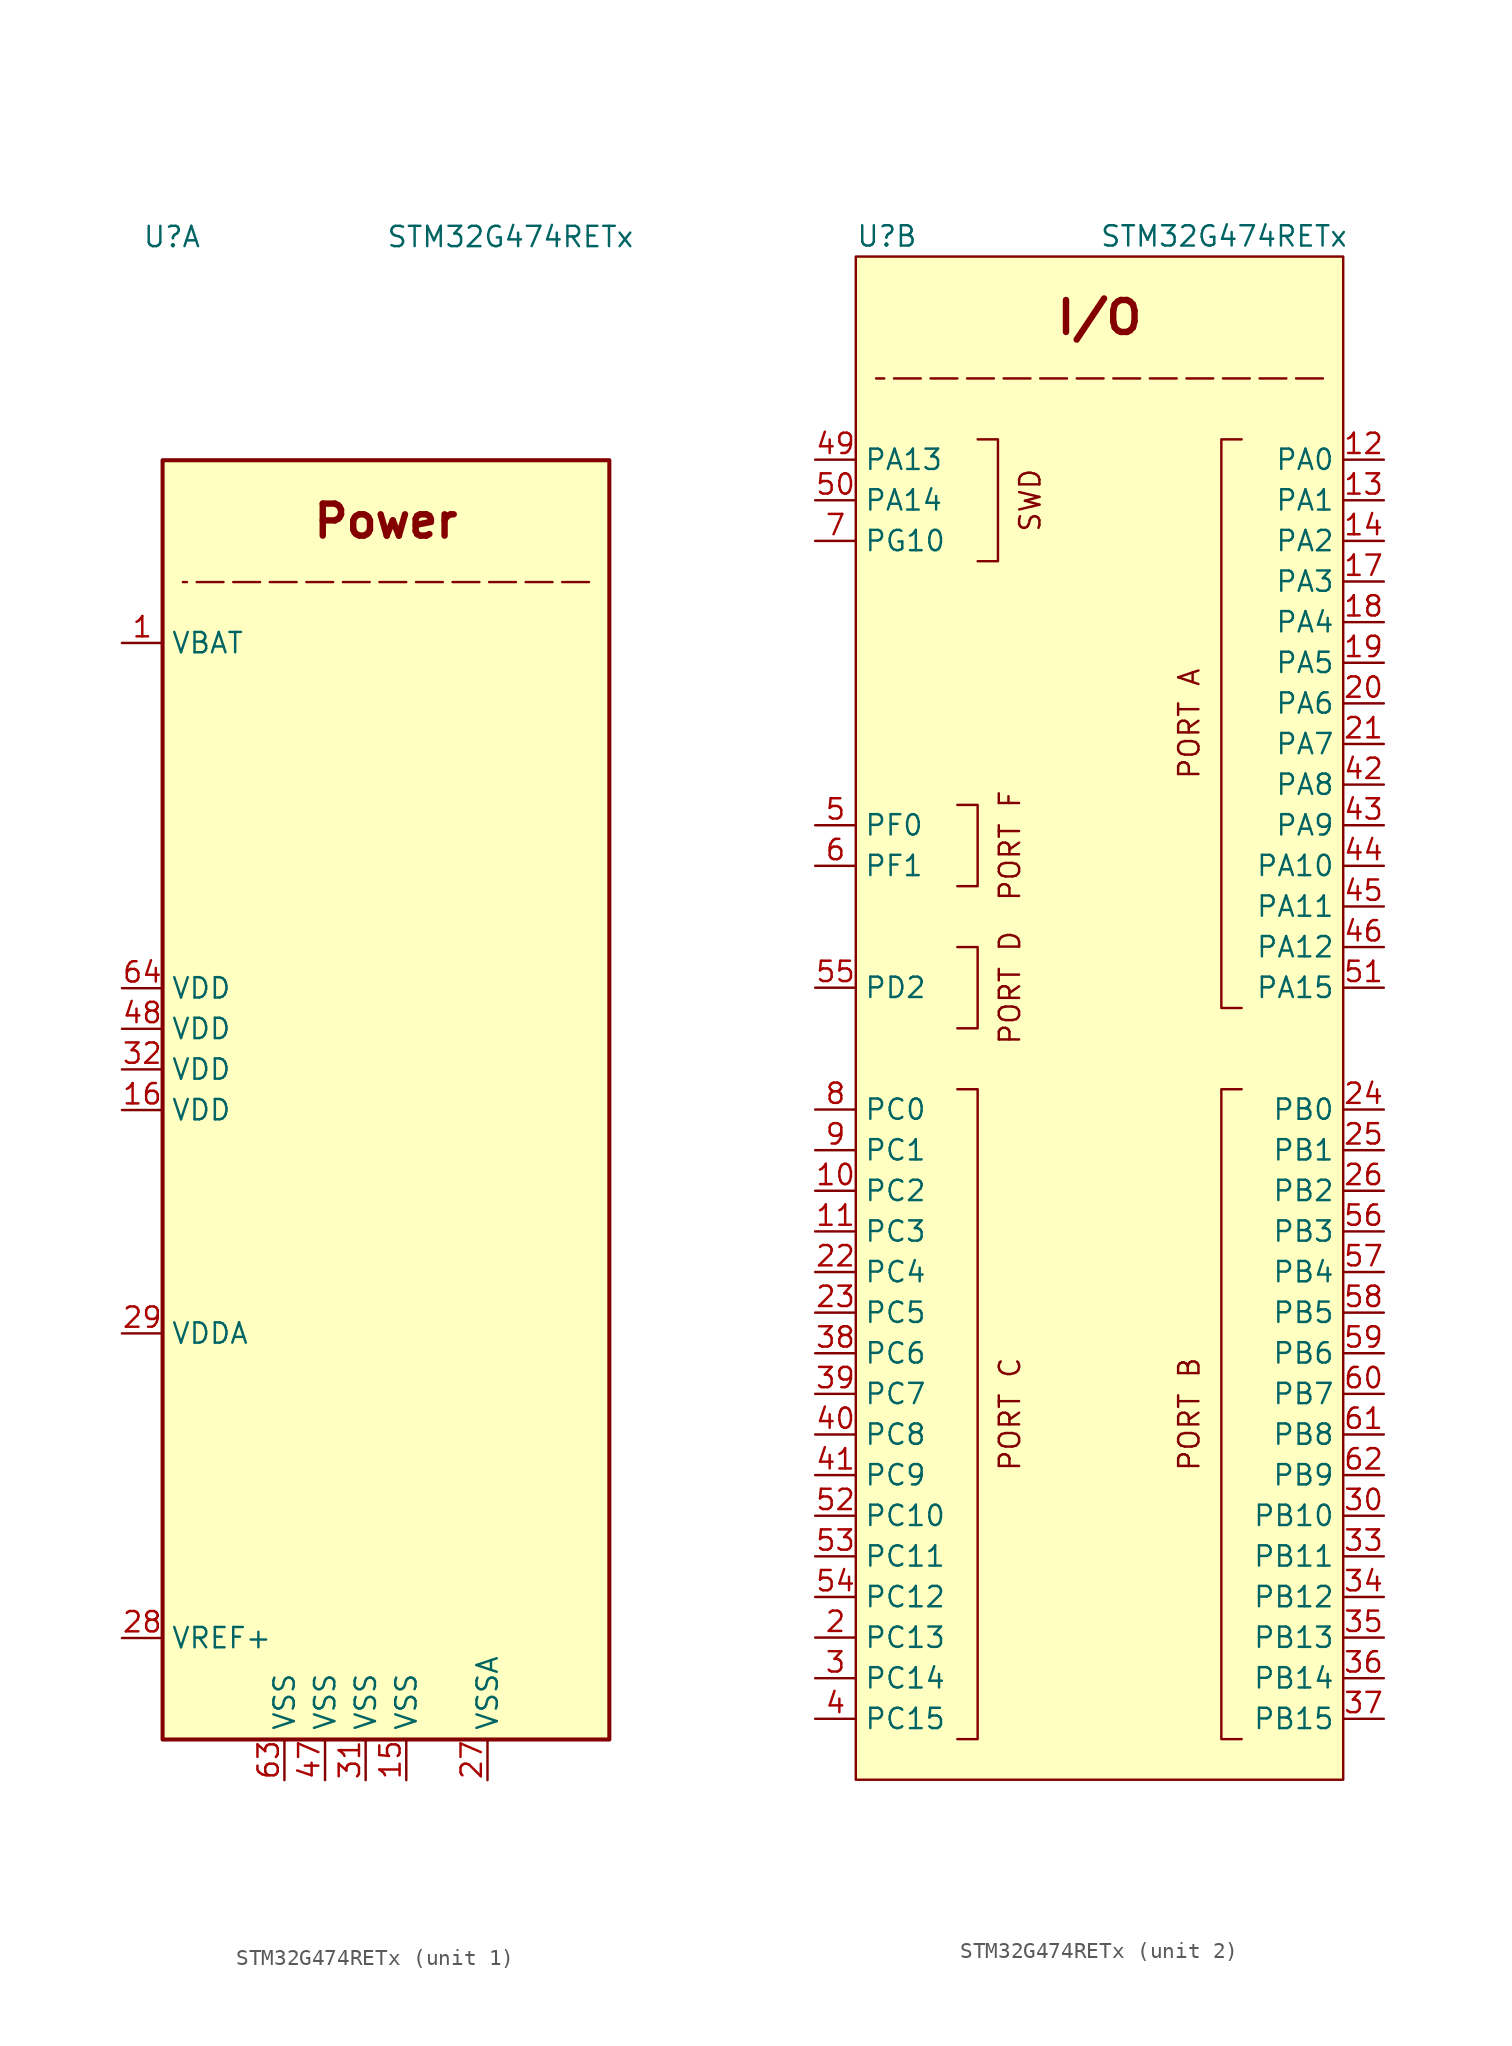
<source format=kicad_sym>
(kicad_symbol_lib
  (version 20220914)
  (generator kicad_symbol_editor)
  (symbol "STM32G474RETx"
    (property "Reference" "U"
      (at -15.24 46.99 0)
      (effects (font (size 1.27 1.27)) (justify left)))
    (property "Value" "STM32G474RETx"
      (at 0 46.99 0)
      (effects (font (size 1.27 1.27)) (justify left)))
    (property "ki_locked" ""
      (at 0 0 0)
      (effects (font (size 1.27 1.27))))
    (symbol "STM32G474RETx_1_1"
      (rectangle (start -13.97 33.02) (end 13.97 -46.99) (stroke (width 0.254) (type default)) (fill (type background)))
      (polyline (pts (xy 12.7 25.4) (xy -12.7 25.4)) (stroke (width 0) (type dash)) (fill (type none)))
      (text "Power" (at 0 29.21 0) (effects (font (size 2 2) bold)))
      (pin power_in line (at -16.51 21.59 0) (length 2.54) (name "VBAT" (effects (font (size 1.27 1.27)))) (number "1" (effects (font (size 1.27 1.27)))))
      (pin power_in line (at 1.27 -49.53 90) (length 2.54) (name "VSS" (effects (font (size 1.27 1.27)))) (number "15" (effects (font (size 1.27 1.27)))))
      (pin power_in line (at -16.51 -7.62 0) (length 2.54) (name "VDD" (effects (font (size 1.27 1.27)))) (number "16" (effects (font (size 1.27 1.27)))))
      (pin power_in line (at 6.35 -49.53 90) (length 2.54) (name "VSSA" (effects (font (size 1.27 1.27)))) (number "27" (effects (font (size 1.27 1.27)))))
      (pin input line (at -16.51 -40.64 0) (length 2.54) (name "VREF+" (effects (font (size 1.27 1.27)))) (number "28" (effects (font (size 1.27 1.27)))) (alternate "VREFBUF_OUT" bidirectional line))
      (pin power_in line (at -16.51 -21.59 0) (length 2.54) (name "VDDA" (effects (font (size 1.27 1.27)))) (number "29" (effects (font (size 1.27 1.27)))))
      (pin power_in line (at -1.27 -49.53 90) (length 2.54) (name "VSS" (effects (font (size 1.27 1.27)))) (number "31" (effects (font (size 1.27 1.27)))))
      (pin power_in line (at -16.51 -5.08 0) (length 2.54) (name "VDD" (effects (font (size 1.27 1.27)))) (number "32" (effects (font (size 1.27 1.27)))))
      (pin power_in line (at -3.81 -49.53 90) (length 2.54) (name "VSS" (effects (font (size 1.27 1.27)))) (number "47" (effects (font (size 1.27 1.27)))))
      (pin power_in line (at -16.51 -2.54 0) (length 2.54) (name "VDD" (effects (font (size 1.27 1.27)))) (number "48" (effects (font (size 1.27 1.27)))))
      (pin power_in line (at -6.35 -49.53 90) (length 2.54) (name "VSS" (effects (font (size 1.27 1.27)))) (number "63" (effects (font (size 1.27 1.27)))))
      (pin power_in line (at -16.51 0 0) (length 2.54) (name "VDD" (effects (font (size 1.27 1.27)))) (number "64" (effects (font (size 1.27 1.27))))))
    (symbol "STM32G474RETx_2_1"
      (rectangle (start -15.24 45.72) (end 15.24 -49.53) (stroke (width 0) (type default)) (fill (type background)))
      (polyline (pts (xy 13.97 38.1) (xy -13.97 38.1)) (stroke (width 0) (type dash)) (fill (type none)))
      (polyline (pts (xy -8.89 -6.35) (xy -7.62 -6.35) (xy -7.62 -46.99) (xy -8.89 -46.99)) (stroke (width 0) (type default)) (fill (type none)))
      (polyline (pts (xy -8.89 2.54) (xy -7.62 2.54) (xy -7.62 -2.54) (xy -8.89 -2.54)) (stroke (width 0) (type default)) (fill (type none)))
      (polyline (pts (xy -8.89 11.43) (xy -7.62 11.43) (xy -7.62 6.35) (xy -8.89 6.35)) (stroke (width 0) (type default)) (fill (type none)))
      (polyline (pts (xy -7.62 26.67) (xy -6.35 26.67) (xy -6.35 34.29) (xy -7.62 34.29)) (stroke (width 0) (type default)) (fill (type none)))
      (polyline (pts (xy 8.89 -6.35) (xy 7.62 -6.35) (xy 7.62 -46.99) (xy 8.89 -46.99)) (stroke (width 0) (type default)) (fill (type none)))
      (polyline (pts (xy 8.89 -1.27) (xy 7.62 -1.27) (xy 7.62 34.29) (xy 8.89 34.29)) (stroke (width 0) (type default)) (fill (type none)))
      (text "I/O" (at 0 41.91 0) (effects (font (size 2 2) bold)))
      (text "PORT A" (at 6.35 16.51 900) (effects (font (size 1.27 1.27)) (justify bottom)))
      (text "PORT B" (at 6.35 -26.67 900) (effects (font (size 1.27 1.27)) (justify bottom)))
      (text "PORT C" (at -6.35 -26.67 900) (effects (font (size 1.27 1.27)) (justify top)))
      (text "PORT D" (at -6.35 0 900) (effects (font (size 1.27 1.27)) (justify top)))
      (text "PORT F" (at -6.35 8.89 900) (effects (font (size 1.27 1.27)) (justify top)))
      (text "SWD" (at -5.08 30.48 900) (effects (font (size 1.27 1.27)) (justify top)))
      (pin bidirectional line (at -17.78 -12.7 0) (length 2.54) (name "PC2" (effects (font (size 1.27 1.27)))) (number "10" (effects (font (size 1.27 1.27)))) (alternate "ADC2_IN5" bidirectional line) (alternate "I2C2_SCL" bidirectional line) (alternate "QUADSPI1_BK2_IO3" bidirectional line) (alternate "TIM1_ETR" bidirectional line) (alternate "USART1_TX" bidirectional line))
      (pin bidirectional line (at -17.78 -15.24 0) (length 2.54) (name "PC3" (effects (font (size 1.27 1.27)))) (number "11" (effects (font (size 1.27 1.27)))) (alternate "ADC2_IN5" bidirectional line) (alternate "I2C2_SCL" bidirectional line) (alternate "QUADSPI1_BK2_IO3" bidirectional line) (alternate "TIM1_ETR" bidirectional line) (alternate "USART1_TX" bidirectional line))
      (pin bidirectional line (at 17.78 33.02 180) (length 2.54) (name "PA0" (effects (font (size 1.27 1.27)))) (number "12" (effects (font (size 1.27 1.27)))) (alternate "ADC1_IN1" bidirectional line) (alternate "ADC2_IN1" bidirectional line) (alternate "COMP1_INM" bidirectional line) (alternate "COMP1_OUT" bidirectional line) (alternate "COMP3_INP" bidirectional line) (alternate "RTC_TAMP2" bidirectional line) (alternate "SYS_WKUP1" bidirectional line) (alternate "TIM2_CH1" bidirectional line) (alternate "TIM2_ETR" bidirectional line) (alternate "TIM5_CH1" bidirectional line) (alternate "TIM8_BKIN" bidirectional line) (alternate "TIM8_ETR" bidirectional line) (alternate "USART2_CTS" bidirectional line) (alternate "USART2_NSS" bidirectional line))
      (pin bidirectional line (at 17.78 30.48 180) (length 2.54) (name "PA1" (effects (font (size 1.27 1.27)))) (number "13" (effects (font (size 1.27 1.27)))) (alternate "ADC1_IN2" bidirectional line) (alternate "ADC2_IN2" bidirectional line) (alternate "COMP1_INP" bidirectional line) (alternate "OPAMP1_VINP" bidirectional line) (alternate "OPAMP1_VINP_SEC" bidirectional line) (alternate "OPAMP3_VINP" bidirectional line) (alternate "OPAMP3_VINP_SEC" bidirectional line) (alternate "OPAMP6_VINM" bidirectional line) (alternate "OPAMP6_VINM0" bidirectional line) (alternate "OPAMP6_VINM_SEC" bidirectional line) (alternate "RTC_REFIN" bidirectional line) (alternate "TIM15_CH1N" bidirectional line) (alternate "TIM2_CH2" bidirectional line) (alternate "TIM5_CH2" bidirectional line) (alternate "USART2_DE" bidirectional line) (alternate "USART2_RTS" bidirectional line))
      (pin bidirectional line (at 17.78 27.94 180) (length 2.54) (name "PA2" (effects (font (size 1.27 1.27)))) (number "14" (effects (font (size 1.27 1.27)))) (alternate "ADC1_IN3" bidirectional line) (alternate "ADC3_EXTI2" bidirectional line) (alternate "ADC4_EXTI2" bidirectional line) (alternate "ADC5_EXTI2" bidirectional line) (alternate "COMP2_INM" bidirectional line) (alternate "COMP2_OUT" bidirectional line) (alternate "LPUART1_TX" bidirectional line) (alternate "OPAMP1_VOUT" bidirectional line) (alternate "QUADSPI1_BK1_NCS" bidirectional line) (alternate "RCC_LSCO" bidirectional line) (alternate "SYS_WKUP4" bidirectional line) (alternate "TIM15_CH1" bidirectional line) (alternate "TIM2_CH3" bidirectional line) (alternate "TIM5_CH3" bidirectional line) (alternate "UCPD1_FRSTX1" bidirectional line) (alternate "UCPD1_FRSTX2" bidirectional line) (alternate "USART2_TX" bidirectional line))
      (pin bidirectional line (at 17.78 25.4 180) (length 2.54) (name "PA3" (effects (font (size 1.27 1.27)))) (number "17" (effects (font (size 1.27 1.27)))) (alternate "ADC1_IN4" bidirectional line) (alternate "ADC3_EXTI3" bidirectional line) (alternate "ADC4_EXTI3" bidirectional line) (alternate "ADC5_EXTI3" bidirectional line) (alternate "COMP2_INP" bidirectional line) (alternate "LPUART1_RX" bidirectional line) (alternate "OPAMP1_VINM" bidirectional line) (alternate "OPAMP1_VINM0" bidirectional line) (alternate "OPAMP1_VINM_SEC" bidirectional line) (alternate "OPAMP1_VINP" bidirectional line) (alternate "OPAMP1_VINP_SEC" bidirectional line) (alternate "OPAMP5_VINM" bidirectional line) (alternate "OPAMP5_VINM1" bidirectional line) (alternate "OPAMP5_VINM_SEC" bidirectional line) (alternate "QUADSPI1_CLK" bidirectional line) (alternate "SAI1_CK1" bidirectional line) (alternate "SAI1_MCLK_A" bidirectional line) (alternate "TIM15_CH2" bidirectional line) (alternate "TIM2_CH4" bidirectional line) (alternate "TIM5_CH4" bidirectional line) (alternate "USART2_RX" bidirectional line))
      (pin bidirectional line (at 17.78 22.86 180) (length 2.54) (name "PA4" (effects (font (size 1.27 1.27)))) (number "18" (effects (font (size 1.27 1.27)))) (alternate "ADC2_IN17" bidirectional line) (alternate "COMP1_INM" bidirectional line) (alternate "DAC1_OUT1" bidirectional line) (alternate "I2S3_WS" bidirectional line) (alternate "SAI1_FS_B" bidirectional line) (alternate "SPI1_NSS" bidirectional line) (alternate "SPI3_NSS" bidirectional line) (alternate "TIM3_CH2" bidirectional line) (alternate "USART2_CK" bidirectional line))
      (pin bidirectional line (at 17.78 20.32 180) (length 2.54) (name "PA5" (effects (font (size 1.27 1.27)))) (number "19" (effects (font (size 1.27 1.27)))) (alternate "ADC2_IN13" bidirectional line) (alternate "COMP2_INM" bidirectional line) (alternate "DAC1_OUT2" bidirectional line) (alternate "OPAMP2_VINM" bidirectional line) (alternate "OPAMP2_VINM0" bidirectional line) (alternate "OPAMP2_VINM_SEC" bidirectional line) (alternate "SPI1_SCK" bidirectional line) (alternate "TIM2_CH1" bidirectional line) (alternate "TIM2_ETR" bidirectional line) (alternate "UCPD1_FRSTX1" bidirectional line) (alternate "UCPD1_FRSTX2" bidirectional line))
      (pin bidirectional line (at -17.78 -40.64 0) (length 2.54) (name "PC13" (effects (font (size 1.27 1.27)))) (number "2" (effects (font (size 1.27 1.27)))) (alternate "RTC_OUT1" bidirectional line) (alternate "RTC_TAMP1" bidirectional line) (alternate "RTC_TS" bidirectional line) (alternate "SYS_WKUP2" bidirectional line) (alternate "TIM1_BKIN" bidirectional line) (alternate "TIM1_CH1N" bidirectional line) (alternate "TIM8_CH4N" bidirectional line))
      (pin bidirectional line (at 17.78 17.78 180) (length 2.54) (name "PA6" (effects (font (size 1.27 1.27)))) (number "20" (effects (font (size 1.27 1.27)))) (alternate "ADC2_IN3" bidirectional line) (alternate "COMP1_OUT" bidirectional line) (alternate "DAC2_OUT1" bidirectional line) (alternate "LPUART1_CTS" bidirectional line) (alternate "OPAMP2_VOUT" bidirectional line) (alternate "QUADSPI1_BK1_IO3" bidirectional line) (alternate "SPI1_MISO" bidirectional line) (alternate "TIM16_CH1" bidirectional line) (alternate "TIM1_BKIN" bidirectional line) (alternate "TIM3_CH1" bidirectional line) (alternate "TIM8_BKIN" bidirectional line))
      (pin bidirectional line (at 17.78 15.24 180) (length 2.54) (name "PA7" (effects (font (size 1.27 1.27)))) (number "21" (effects (font (size 1.27 1.27)))) (alternate "ADC2_IN4" bidirectional line) (alternate "COMP2_INP" bidirectional line) (alternate "COMP2_OUT" bidirectional line) (alternate "OPAMP1_VINP" bidirectional line) (alternate "OPAMP1_VINP_SEC" bidirectional line) (alternate "OPAMP2_VINP" bidirectional line) (alternate "OPAMP2_VINP_SEC" bidirectional line) (alternate "QUADSPI1_BK1_IO2" bidirectional line) (alternate "SPI1_MOSI" bidirectional line) (alternate "TIM17_CH1" bidirectional line) (alternate "TIM1_CH1N" bidirectional line) (alternate "TIM3_CH2" bidirectional line) (alternate "TIM8_CH1N" bidirectional line) (alternate "UCPD1_FRSTX1" bidirectional line) (alternate "UCPD1_FRSTX2" bidirectional line))
      (pin bidirectional line (at -17.78 -17.78 0) (length 2.54) (name "PC4" (effects (font (size 1.27 1.27)))) (number "22" (effects (font (size 1.27 1.27)))) (alternate "ADC2_IN5" bidirectional line) (alternate "I2C2_SCL" bidirectional line) (alternate "QUADSPI1_BK2_IO3" bidirectional line) (alternate "TIM1_ETR" bidirectional line) (alternate "USART1_TX" bidirectional line))
      (pin bidirectional line (at -17.78 -20.32 0) (length 2.54) (name "PC5" (effects (font (size 1.27 1.27)))) (number "23" (effects (font (size 1.27 1.27)))) (alternate "ADC2_IN5" bidirectional line) (alternate "I2C2_SCL" bidirectional line) (alternate "QUADSPI1_BK2_IO3" bidirectional line) (alternate "TIM1_ETR" bidirectional line) (alternate "USART1_TX" bidirectional line))
      (pin bidirectional line (at 17.78 -7.62 180) (length 2.54) (name "PB0" (effects (font (size 1.27 1.27)))) (number "24" (effects (font (size 1.27 1.27)))) (alternate "ADC1_IN15" bidirectional line) (alternate "ADC3_IN12" bidirectional line) (alternate "COMP4_INP" bidirectional line) (alternate "HRTIM1_FLT5" bidirectional line) (alternate "OPAMP2_VINP" bidirectional line) (alternate "OPAMP2_VINP_SEC" bidirectional line) (alternate "OPAMP3_VINP" bidirectional line) (alternate "OPAMP3_VINP_SEC" bidirectional line) (alternate "QUADSPI1_BK1_IO1" bidirectional line) (alternate "TIM1_CH2N" bidirectional line) (alternate "TIM3_CH3" bidirectional line) (alternate "TIM8_CH2N" bidirectional line) (alternate "UCPD1_FRSTX1" bidirectional line) (alternate "UCPD1_FRSTX2" bidirectional line))
      (pin bidirectional line (at 17.78 -10.16 180) (length 2.54) (name "PB1" (effects (font (size 1.27 1.27)))) (number "25" (effects (font (size 1.27 1.27)))) (alternate "ADC1_IN12" bidirectional line) (alternate "ADC3_IN1" bidirectional line) (alternate "COMP1_INP" bidirectional line) (alternate "COMP4_OUT" bidirectional line) (alternate "HRTIM1_SCOUT" bidirectional line) (alternate "LPUART1_DE" bidirectional line) (alternate "LPUART1_RTS" bidirectional line) (alternate "OPAMP3_VOUT" bidirectional line) (alternate "OPAMP6_VINM" bidirectional line) (alternate "OPAMP6_VINM1" bidirectional line) (alternate "OPAMP6_VINM_SEC" bidirectional line) (alternate "QUADSPI1_BK1_IO0" bidirectional line) (alternate "TIM1_CH3N" bidirectional line) (alternate "TIM3_CH4" bidirectional line) (alternate "TIM8_CH3N" bidirectional line))
      (pin bidirectional line (at 17.78 -12.7 180) (length 2.54) (name "PB2" (effects (font (size 1.27 1.27)))) (number "26" (effects (font (size 1.27 1.27)))) (alternate "ADC2_IN12" bidirectional line) (alternate "ADC3_EXTI2" bidirectional line) (alternate "ADC4_EXTI2" bidirectional line) (alternate "ADC5_EXTI2" bidirectional line) (alternate "COMP4_INM" bidirectional line) (alternate "HRTIM1_SCIN" bidirectional line) (alternate "I2C3_SMBA" bidirectional line) (alternate "LPTIM1_OUT" bidirectional line) (alternate "OPAMP3_VINM" bidirectional line) (alternate "OPAMP3_VINM0" bidirectional line) (alternate "OPAMP3_VINM_SEC" bidirectional line) (alternate "QUADSPI1_BK2_IO1" bidirectional line) (alternate "RTC_OUT2" bidirectional line) (alternate "TIM20_CH1" bidirectional line) (alternate "TIM5_CH1" bidirectional line))
      (pin bidirectional line (at -17.78 -43.18 0) (length 2.54) (name "PC14" (effects (font (size 1.27 1.27)))) (number "3" (effects (font (size 1.27 1.27)))) (alternate "RCC_OSC32_IN" bidirectional line))
      (pin bidirectional line (at 17.78 -33.02 180) (length 2.54) (name "PB10" (effects (font (size 1.27 1.27)))) (number "30" (effects (font (size 1.27 1.27)))) (alternate "COMP5_INM" bidirectional line) (alternate "DAC1_EXTI10" bidirectional line) (alternate "DAC2_EXTI10" bidirectional line) (alternate "DAC3_EXTI10" bidirectional line) (alternate "DAC4_EXTI10" bidirectional line) (alternate "HRTIM1_FLT3" bidirectional line) (alternate "LPUART1_RX" bidirectional line) (alternate "OPAMP3_VINM" bidirectional line) (alternate "OPAMP3_VINM1" bidirectional line) (alternate "OPAMP3_VINM_SEC" bidirectional line) (alternate "OPAMP4_VINM" bidirectional line) (alternate "OPAMP4_VINM0" bidirectional line) (alternate "OPAMP4_VINM_SEC" bidirectional line) (alternate "QUADSPI1_CLK" bidirectional line) (alternate "SAI1_SCK_A" bidirectional line) (alternate "TIM1_BKIN" bidirectional line) (alternate "TIM2_CH3" bidirectional line) (alternate "USART3_TX" bidirectional line))
      (pin bidirectional line (at 17.78 -35.56 180) (length 2.54) (name "PB11" (effects (font (size 1.27 1.27)))) (number "33" (effects (font (size 1.27 1.27)))) (alternate "ADC1_EXTI11" bidirectional line) (alternate "ADC1_IN14" bidirectional line) (alternate "ADC2_EXTI11" bidirectional line) (alternate "ADC2_IN14" bidirectional line) (alternate "COMP6_INP" bidirectional line) (alternate "HRTIM1_FLT4" bidirectional line) (alternate "LPUART1_TX" bidirectional line) (alternate "OPAMP4_VINP" bidirectional line) (alternate "OPAMP4_VINP_SEC" bidirectional line) (alternate "OPAMP6_VOUT" bidirectional line) (alternate "QUADSPI1_BK1_NCS" bidirectional line) (alternate "TIM2_CH4" bidirectional line) (alternate "USART3_RX" bidirectional line))
      (pin bidirectional line (at 17.78 -38.1 180) (length 2.54) (name "PB12" (effects (font (size 1.27 1.27)))) (number "34" (effects (font (size 1.27 1.27)))) (alternate "ADC1_IN11" bidirectional line) (alternate "ADC4_IN3" bidirectional line) (alternate "COMP7_INM" bidirectional line) (alternate "FDCAN2_RX" bidirectional line) (alternate "HRTIM1_CHC1" bidirectional line) (alternate "I2C2_SMBA" bidirectional line) (alternate "I2S2_WS" bidirectional line) (alternate "LPUART1_DE" bidirectional line) (alternate "LPUART1_RTS" bidirectional line) (alternate "OPAMP4_VOUT" bidirectional line) (alternate "OPAMP6_VINP" bidirectional line) (alternate "OPAMP6_VINP_SEC" bidirectional line) (alternate "SPI2_NSS" bidirectional line) (alternate "TIM1_BKIN" bidirectional line) (alternate "TIM5_ETR" bidirectional line) (alternate "USART3_CK" bidirectional line))
      (pin bidirectional line (at 17.78 -40.64 180) (length 2.54) (name "PB13" (effects (font (size 1.27 1.27)))) (number "35" (effects (font (size 1.27 1.27)))) (alternate "ADC3_IN5" bidirectional line) (alternate "COMP5_INP" bidirectional line) (alternate "FDCAN2_TX" bidirectional line) (alternate "HRTIM1_CHC2" bidirectional line) (alternate "I2S2_CK" bidirectional line) (alternate "LPUART1_CTS" bidirectional line) (alternate "OPAMP3_VINP" bidirectional line) (alternate "OPAMP3_VINP_SEC" bidirectional line) (alternate "OPAMP4_VINP" bidirectional line) (alternate "OPAMP4_VINP_SEC" bidirectional line) (alternate "OPAMP6_VINP" bidirectional line) (alternate "OPAMP6_VINP_SEC" bidirectional line) (alternate "SPI2_SCK" bidirectional line) (alternate "TIM1_CH1N" bidirectional line) (alternate "USART3_CTS" bidirectional line) (alternate "USART3_NSS" bidirectional line))
      (pin bidirectional line (at 17.78 -43.18 180) (length 2.54) (name "PB14" (effects (font (size 1.27 1.27)))) (number "36" (effects (font (size 1.27 1.27)))) (alternate "ADC1_IN5" bidirectional line) (alternate "ADC4_IN4" bidirectional line) (alternate "COMP4_OUT" bidirectional line) (alternate "COMP7_INP" bidirectional line) (alternate "HRTIM1_CHD1" bidirectional line) (alternate "OPAMP2_VINP" bidirectional line) (alternate "OPAMP2_VINP_SEC" bidirectional line) (alternate "OPAMP5_VINP" bidirectional line) (alternate "OPAMP5_VINP_SEC" bidirectional line) (alternate "SPI2_MISO" bidirectional line) (alternate "TIM15_CH1" bidirectional line) (alternate "TIM1_CH2N" bidirectional line) (alternate "USART3_DE" bidirectional line) (alternate "USART3_RTS" bidirectional line))
      (pin bidirectional line (at 17.78 -45.72 180) (length 2.54) (name "PB15" (effects (font (size 1.27 1.27)))) (number "37" (effects (font (size 1.27 1.27)))) (alternate "ADC1_EXTI15" bidirectional line) (alternate "ADC2_EXTI15" bidirectional line) (alternate "ADC2_IN15" bidirectional line) (alternate "ADC4_IN5" bidirectional line) (alternate "COMP3_OUT" bidirectional line) (alternate "COMP6_INM" bidirectional line) (alternate "HRTIM1_CHD2" bidirectional line) (alternate "I2S2_SD" bidirectional line) (alternate "OPAMP5_VINM" bidirectional line) (alternate "OPAMP5_VINM0" bidirectional line) (alternate "OPAMP5_VINM_SEC" bidirectional line) (alternate "RTC_REFIN" bidirectional line) (alternate "SPI2_MOSI" bidirectional line) (alternate "TIM15_CH1N" bidirectional line) (alternate "TIM15_CH2" bidirectional line) (alternate "TIM1_CH3N" bidirectional line))
      (pin bidirectional line (at -17.78 -22.86 0) (length 2.54) (name "PC6" (effects (font (size 1.27 1.27)))) (number "38" (effects (font (size 1.27 1.27)))) (alternate "COMP6_OUT" bidirectional line) (alternate "HRTIM1_CHF1" bidirectional line) (alternate "HRTIM1_EEV10" bidirectional line) (alternate "I2C4_SCL" bidirectional line) (alternate "I2S2_MCK" bidirectional line) (alternate "TIM3_CH1" bidirectional line) (alternate "TIM8_CH1" bidirectional line))
      (pin bidirectional line (at -17.78 -25.4 0) (length 2.54) (name "PC7" (effects (font (size 1.27 1.27)))) (number "39" (effects (font (size 1.27 1.27)))) (alternate "COMP6_OUT" bidirectional line) (alternate "HRTIM1_CHF1" bidirectional line) (alternate "HRTIM1_EEV10" bidirectional line) (alternate "I2C4_SCL" bidirectional line) (alternate "I2S2_MCK" bidirectional line) (alternate "TIM3_CH1" bidirectional line) (alternate "TIM8_CH1" bidirectional line))
      (pin bidirectional line (at -17.78 -45.72 0) (length 2.54) (name "PC15" (effects (font (size 1.27 1.27)))) (number "4" (effects (font (size 1.27 1.27)))) (alternate "ADC1_EXTI15" bidirectional line) (alternate "ADC2_EXTI15" bidirectional line) (alternate "RCC_OSC32_OUT" bidirectional line))
      (pin bidirectional line (at -17.78 -27.94 0) (length 2.54) (name "PC8" (effects (font (size 1.27 1.27)))) (number "40" (effects (font (size 1.27 1.27)))) (alternate "COMP6_OUT" bidirectional line) (alternate "HRTIM1_CHF1" bidirectional line) (alternate "HRTIM1_EEV10" bidirectional line) (alternate "I2C4_SCL" bidirectional line) (alternate "I2S2_MCK" bidirectional line) (alternate "TIM3_CH1" bidirectional line) (alternate "TIM8_CH1" bidirectional line))
      (pin bidirectional line (at -17.78 -30.48 0) (length 2.54) (name "PC9" (effects (font (size 1.27 1.27)))) (number "41" (effects (font (size 1.27 1.27)))) (alternate "COMP6_OUT" bidirectional line) (alternate "HRTIM1_CHF1" bidirectional line) (alternate "HRTIM1_EEV10" bidirectional line) (alternate "I2C4_SCL" bidirectional line) (alternate "I2S2_MCK" bidirectional line) (alternate "TIM3_CH1" bidirectional line) (alternate "TIM8_CH1" bidirectional line))
      (pin bidirectional line (at 17.78 12.7 180) (length 2.54) (name "PA8" (effects (font (size 1.27 1.27)))) (number "42" (effects (font (size 1.27 1.27)))) (alternate "ADC5_IN1" bidirectional line) (alternate "COMP7_OUT" bidirectional line) (alternate "FDCAN3_RX" bidirectional line) (alternate "HRTIM1_CHA1" bidirectional line) (alternate "I2C2_SDA" bidirectional line) (alternate "I2C3_SCL" bidirectional line) (alternate "I2S2_MCK" bidirectional line) (alternate "OPAMP5_VOUT" bidirectional line) (alternate "RCC_MCO" bidirectional line) (alternate "SAI1_CK2" bidirectional line) (alternate "SAI1_SCK_A" bidirectional line) (alternate "TIM1_CH1" bidirectional line) (alternate "TIM4_ETR" bidirectional line) (alternate "USART1_CK" bidirectional line))
      (pin bidirectional line (at 17.78 10.16 180) (length 2.54) (name "PA9" (effects (font (size 1.27 1.27)))) (number "43" (effects (font (size 1.27 1.27)))) (alternate "ADC5_IN2" bidirectional line) (alternate "COMP5_OUT" bidirectional line) (alternate "DAC1_EXTI9" bidirectional line) (alternate "DAC2_EXTI9" bidirectional line) (alternate "DAC3_EXTI9" bidirectional line) (alternate "DAC4_EXTI9" bidirectional line) (alternate "HRTIM1_CHA2" bidirectional line) (alternate "I2C2_SCL" bidirectional line) (alternate "I2C3_SMBA" bidirectional line) (alternate "I2S3_MCK" bidirectional line) (alternate "SAI1_FS_A" bidirectional line) (alternate "TIM15_BKIN" bidirectional line) (alternate "TIM1_CH2" bidirectional line) (alternate "TIM2_CH3" bidirectional line) (alternate "UCPD1_DBCC1" bidirectional line) (alternate "USART1_TX" bidirectional line))
      (pin bidirectional line (at 17.78 7.62 180) (length 2.54) (name "PA10" (effects (font (size 1.27 1.27)))) (number "44" (effects (font (size 1.27 1.27)))) (alternate "COMP6_OUT" bidirectional line) (alternate "CRS_SYNC" bidirectional line) (alternate "DAC1_EXTI10" bidirectional line) (alternate "DAC2_EXTI10" bidirectional line) (alternate "DAC3_EXTI10" bidirectional line) (alternate "DAC4_EXTI10" bidirectional line) (alternate "HRTIM1_CHB1" bidirectional line) (alternate "I2C2_SMBA" bidirectional line) (alternate "SAI1_D1" bidirectional line) (alternate "SAI1_SD_A" bidirectional line) (alternate "SPI2_MISO" bidirectional line) (alternate "TIM17_BKIN" bidirectional line) (alternate "TIM1_CH3" bidirectional line) (alternate "TIM2_CH4" bidirectional line) (alternate "TIM8_BKIN" bidirectional line) (alternate "UCPD1_DBCC2" bidirectional line) (alternate "USART1_RX" bidirectional line))
      (pin bidirectional line (at 17.78 5.08 180) (length 2.54) (name "PA11" (effects (font (size 1.27 1.27)))) (number "45" (effects (font (size 1.27 1.27)))) (alternate "ADC1_EXTI11" bidirectional line) (alternate "ADC2_EXTI11" bidirectional line) (alternate "COMP1_OUT" bidirectional line) (alternate "FDCAN1_RX" bidirectional line) (alternate "HRTIM1_CHB2" bidirectional line) (alternate "I2S2_SD" bidirectional line) (alternate "SPI2_MOSI" bidirectional line) (alternate "TIM1_BKIN2" bidirectional line) (alternate "TIM1_CH1N" bidirectional line) (alternate "TIM1_CH4" bidirectional line) (alternate "TIM4_CH1" bidirectional line) (alternate "USART1_CTS" bidirectional line) (alternate "USART1_NSS" bidirectional line) (alternate "USB_DM" bidirectional line))
      (pin bidirectional line (at 17.78 2.54 180) (length 2.54) (name "PA12" (effects (font (size 1.27 1.27)))) (number "46" (effects (font (size 1.27 1.27)))) (alternate "COMP2_OUT" bidirectional line) (alternate "FDCAN1_TX" bidirectional line) (alternate "HRTIM1_FLT1" bidirectional line) (alternate "I2S_CKIN" bidirectional line) (alternate "TIM16_CH1" bidirectional line) (alternate "TIM1_CH2N" bidirectional line) (alternate "TIM1_ETR" bidirectional line) (alternate "TIM4_CH2" bidirectional line) (alternate "USART1_DE" bidirectional line) (alternate "USART1_RTS" bidirectional line) (alternate "USB_DP" bidirectional line))
      (pin bidirectional line (at -17.78 33.02 0) (length 2.54) (name "PA13" (effects (font (size 1.27 1.27)))) (number "49" (effects (font (size 1.27 1.27)))) (alternate "ADC1_EXTI15" bidirectional line) (alternate "ADC2_EXTI15" bidirectional line) (alternate "FDCAN3_TX" bidirectional line) (alternate "HRTIM1_FLT2" bidirectional line) (alternate "I2C1_SCL" bidirectional line) (alternate "I2S3_WS" bidirectional line) (alternate "SPI1_NSS" bidirectional line) (alternate "SPI3_NSS" bidirectional line) (alternate "SYS_JTDI" bidirectional line) (alternate "TIM1_BKIN" bidirectional line) (alternate "TIM2_CH1" bidirectional line) (alternate "TIM2_ETR" bidirectional line) (alternate "TIM8_CH1" bidirectional line) (alternate "UART4_DE" bidirectional line) (alternate "UART4_RTS" bidirectional line) (alternate "USART2_RX" bidirectional line))
      (pin bidirectional line (at -17.78 10.16 0) (length 2.54) (name "PF0" (effects (font (size 1.27 1.27)))) (number "5" (effects (font (size 1.27 1.27)))) (alternate "ADC1_IN10" bidirectional line) (alternate "I2C2_SDA" bidirectional line) (alternate "I2S2_WS" bidirectional line) (alternate "RCC_OSC_IN" bidirectional line) (alternate "SPI2_NSS" bidirectional line) (alternate "TIM1_CH3N" bidirectional line))
      (pin bidirectional line (at -17.78 30.48 0) (length 2.54) (name "PA14" (effects (font (size 1.27 1.27)))) (number "50" (effects (font (size 1.27 1.27)))) (alternate "ADC1_EXTI15" bidirectional line) (alternate "ADC2_EXTI15" bidirectional line) (alternate "FDCAN3_TX" bidirectional line) (alternate "HRTIM1_FLT2" bidirectional line) (alternate "I2C1_SCL" bidirectional line) (alternate "I2S3_WS" bidirectional line) (alternate "SPI1_NSS" bidirectional line) (alternate "SPI3_NSS" bidirectional line) (alternate "SYS_JTDI" bidirectional line) (alternate "TIM1_BKIN" bidirectional line) (alternate "TIM2_CH1" bidirectional line) (alternate "TIM2_ETR" bidirectional line) (alternate "TIM8_CH1" bidirectional line) (alternate "UART4_DE" bidirectional line) (alternate "UART4_RTS" bidirectional line) (alternate "USART2_RX" bidirectional line))
      (pin bidirectional line (at 17.78 0 180) (length 2.54) (name "PA15" (effects (font (size 1.27 1.27)))) (number "51" (effects (font (size 1.27 1.27)))) (alternate "ADC1_EXTI15" bidirectional line) (alternate "ADC2_EXTI15" bidirectional line) (alternate "FDCAN3_TX" bidirectional line) (alternate "HRTIM1_FLT2" bidirectional line) (alternate "I2C1_SCL" bidirectional line) (alternate "I2S3_WS" bidirectional line) (alternate "SPI1_NSS" bidirectional line) (alternate "SPI3_NSS" bidirectional line) (alternate "SYS_JTDI" bidirectional line) (alternate "TIM1_BKIN" bidirectional line) (alternate "TIM2_CH1" bidirectional line) (alternate "TIM2_ETR" bidirectional line) (alternate "TIM8_CH1" bidirectional line) (alternate "UART4_DE" bidirectional line) (alternate "UART4_RTS" bidirectional line) (alternate "USART2_RX" bidirectional line))
      (pin bidirectional line (at -17.78 -33.02 0) (length 2.54) (name "PC10" (effects (font (size 1.27 1.27)))) (number "52" (effects (font (size 1.27 1.27)))) (alternate "DAC1_EXTI10" bidirectional line) (alternate "DAC2_EXTI10" bidirectional line) (alternate "DAC3_EXTI10" bidirectional line) (alternate "DAC4_EXTI10" bidirectional line) (alternate "HRTIM1_FLT6" bidirectional line) (alternate "I2S3_CK" bidirectional line) (alternate "SPI3_SCK" bidirectional line) (alternate "TIM8_CH1N" bidirectional line) (alternate "UART4_TX" bidirectional line) (alternate "USART3_TX" bidirectional line))
      (pin bidirectional line (at -17.78 -35.56 0) (length 2.54) (name "PC11" (effects (font (size 1.27 1.27)))) (number "53" (effects (font (size 1.27 1.27)))) (alternate "ADC1_EXTI11" bidirectional line) (alternate "ADC2_EXTI11" bidirectional line) (alternate "HRTIM1_EEV2" bidirectional line) (alternate "I2C3_SDA" bidirectional line) (alternate "SPI3_MISO" bidirectional line) (alternate "TIM8_CH2N" bidirectional line) (alternate "UART4_RX" bidirectional line) (alternate "USART3_RX" bidirectional line))
      (pin bidirectional line (at -17.78 -38.1 0) (length 2.54) (name "PC12" (effects (font (size 1.27 1.27)))) (number "54" (effects (font (size 1.27 1.27)))) (alternate "ADC1_EXTI11" bidirectional line) (alternate "ADC2_EXTI11" bidirectional line) (alternate "HRTIM1_EEV2" bidirectional line) (alternate "I2C3_SDA" bidirectional line) (alternate "SPI3_MISO" bidirectional line) (alternate "TIM8_CH2N" bidirectional line) (alternate "UART4_RX" bidirectional line) (alternate "USART3_RX" bidirectional line))
      (pin bidirectional line (at -17.78 0 0) (length 2.54) (name "PD2" (effects (font (size 1.27 1.27)))) (number "55" (effects (font (size 1.27 1.27)))) (alternate "ADC1_EXTI15" bidirectional line) (alternate "ADC2_EXTI15" bidirectional line) (alternate "RCC_OSC32_OUT" bidirectional line))
      (pin bidirectional line (at 17.78 -15.24 180) (length 2.54) (name "PB3" (effects (font (size 1.27 1.27)))) (number "56" (effects (font (size 1.27 1.27)))) (alternate "ADC3_EXTI3" bidirectional line) (alternate "ADC4_EXTI3" bidirectional line) (alternate "ADC5_EXTI3" bidirectional line) (alternate "CRS_SYNC" bidirectional line) (alternate "FDCAN3_RX" bidirectional line) (alternate "HRTIM1_EEV9" bidirectional line) (alternate "HRTIM1_SCOUT" bidirectional line) (alternate "I2S3_CK" bidirectional line) (alternate "SAI1_SCK_B" bidirectional line) (alternate "SPI1_SCK" bidirectional line) (alternate "SPI3_SCK" bidirectional line) (alternate "SYS_JTDO-SWO" bidirectional line) (alternate "TIM2_CH2" bidirectional line) (alternate "TIM3_ETR" bidirectional line) (alternate "TIM4_ETR" bidirectional line) (alternate "TIM8_CH1N" bidirectional line) (alternate "USART2_TX" bidirectional line))
      (pin bidirectional line (at 17.78 -17.78 180) (length 2.54) (name "PB4" (effects (font (size 1.27 1.27)))) (number "57" (effects (font (size 1.27 1.27)))) (alternate "FDCAN3_TX" bidirectional line) (alternate "HRTIM1_EEV7" bidirectional line) (alternate "SAI1_MCLK_B" bidirectional line) (alternate "SPI1_MISO" bidirectional line) (alternate "SPI3_MISO" bidirectional line) (alternate "SYS_JTRST" bidirectional line) (alternate "TIM16_CH1" bidirectional line) (alternate "TIM17_BKIN" bidirectional line) (alternate "TIM3_CH1" bidirectional line) (alternate "TIM8_CH2N" bidirectional line) (alternate "UCPD1_CC2" bidirectional line) (alternate "USART2_RX" bidirectional line))
      (pin bidirectional line (at 17.78 -20.32 180) (length 2.54) (name "PB5" (effects (font (size 1.27 1.27)))) (number "58" (effects (font (size 1.27 1.27)))) (alternate "FDCAN2_RX" bidirectional line) (alternate "HRTIM1_EEV6" bidirectional line) (alternate "I2C1_SMBA" bidirectional line) (alternate "I2C3_SDA" bidirectional line) (alternate "I2S3_SD" bidirectional line) (alternate "LPTIM1_IN1" bidirectional line) (alternate "SAI1_SD_B" bidirectional line) (alternate "SPI1_MOSI" bidirectional line) (alternate "SPI3_MOSI" bidirectional line) (alternate "TIM16_BKIN" bidirectional line) (alternate "TIM17_CH1" bidirectional line) (alternate "TIM3_CH2" bidirectional line) (alternate "TIM8_CH3N" bidirectional line) (alternate "USART2_CK" bidirectional line))
      (pin bidirectional line (at 17.78 -22.86 180) (length 2.54) (name "PB6" (effects (font (size 1.27 1.27)))) (number "59" (effects (font (size 1.27 1.27)))) (alternate "COMP4_OUT" bidirectional line) (alternate "FDCAN2_TX" bidirectional line) (alternate "HRTIM1_EEV4" bidirectional line) (alternate "HRTIM1_SCIN" bidirectional line) (alternate "LPTIM1_ETR" bidirectional line) (alternate "SAI1_FS_B" bidirectional line) (alternate "TIM16_CH1N" bidirectional line) (alternate "TIM4_CH1" bidirectional line) (alternate "TIM8_BKIN2" bidirectional line) (alternate "TIM8_CH1" bidirectional line) (alternate "TIM8_ETR" bidirectional line) (alternate "UCPD1_CC1" bidirectional line) (alternate "USART1_TX" bidirectional line))
      (pin bidirectional line (at -17.78 7.62 0) (length 2.54) (name "PF1" (effects (font (size 1.27 1.27)))) (number "6" (effects (font (size 1.27 1.27)))) (alternate "ADC2_IN10" bidirectional line) (alternate "COMP3_INM" bidirectional line) (alternate "I2S2_CK" bidirectional line) (alternate "RCC_OSC_OUT" bidirectional line) (alternate "SPI2_SCK" bidirectional line))
      (pin bidirectional line (at 17.78 -25.4 180) (length 2.54) (name "PB7" (effects (font (size 1.27 1.27)))) (number "60" (effects (font (size 1.27 1.27)))) (alternate "COMP3_OUT" bidirectional line) (alternate "HRTIM1_EEV3" bidirectional line) (alternate "I2C1_SDA" bidirectional line) (alternate "I2C4_SDA" bidirectional line) (alternate "LPTIM1_IN2" bidirectional line) (alternate "SYS_PVD_IN" bidirectional line) (alternate "TIM17_CH1N" bidirectional line) (alternate "TIM3_CH4" bidirectional line) (alternate "TIM4_CH2" bidirectional line) (alternate "TIM8_BKIN" bidirectional line) (alternate "UART4_CTS" bidirectional line) (alternate "USART1_RX" bidirectional line))
      (pin bidirectional line (at 17.78 -27.94 180) (length 2.54) (name "PB8" (effects (font (size 1.27 1.27)))) (number "61" (effects (font (size 1.27 1.27)))) (alternate "COMP1_OUT" bidirectional line) (alternate "FDCAN1_RX" bidirectional line) (alternate "HRTIM1_EEV8" bidirectional line) (alternate "I2C1_SCL" bidirectional line) (alternate "SAI1_CK1" bidirectional line) (alternate "SAI1_MCLK_A" bidirectional line) (alternate "TIM16_CH1" bidirectional line) (alternate "TIM1_BKIN" bidirectional line) (alternate "TIM4_CH3" bidirectional line) (alternate "TIM8_CH2" bidirectional line) (alternate "USART3_RX" bidirectional line))
      (pin bidirectional line (at 17.78 -30.48 180) (length 2.54) (name "PB9" (effects (font (size 1.27 1.27)))) (number "62" (effects (font (size 1.27 1.27)))) (alternate "COMP2_OUT" bidirectional line) (alternate "DAC1_EXTI9" bidirectional line) (alternate "DAC2_EXTI9" bidirectional line) (alternate "DAC3_EXTI9" bidirectional line) (alternate "DAC4_EXTI9" bidirectional line) (alternate "FDCAN1_TX" bidirectional line) (alternate "HRTIM1_EEV5" bidirectional line) (alternate "I2C1_SDA" bidirectional line) (alternate "IR_OUT" bidirectional line) (alternate "SAI1_D2" bidirectional line) (alternate "SAI1_FS_A" bidirectional line) (alternate "TIM17_CH1" bidirectional line) (alternate "TIM1_CH3N" bidirectional line) (alternate "TIM4_CH4" bidirectional line) (alternate "TIM8_CH3" bidirectional line) (alternate "USART3_TX" bidirectional line))
      (pin bidirectional line (at -17.78 27.94 0) (length 2.54) (name "PG10" (effects (font (size 1.27 1.27)))) (number "7" (effects (font (size 1.27 1.27)))) (alternate "DAC1_EXTI10" bidirectional line) (alternate "DAC2_EXTI10" bidirectional line) (alternate "DAC3_EXTI10" bidirectional line) (alternate "DAC4_EXTI10" bidirectional line) (alternate "RCC_MCO" bidirectional line))
      (pin bidirectional line (at -17.78 -7.62 0) (length 2.54) (name "PC0" (effects (font (size 1.27 1.27)))) (number "8" (effects (font (size 1.27 1.27)))) (alternate "ADC2_IN5" bidirectional line) (alternate "I2C2_SCL" bidirectional line) (alternate "QUADSPI1_BK2_IO3" bidirectional line) (alternate "TIM1_ETR" bidirectional line) (alternate "USART1_TX" bidirectional line))
      (pin bidirectional line (at -17.78 -10.16 0) (length 2.54) (name "PC1" (effects (font (size 1.27 1.27)))) (number "9" (effects (font (size 1.27 1.27)))) (alternate "ADC2_IN5" bidirectional line) (alternate "I2C2_SCL" bidirectional line) (alternate "QUADSPI1_BK2_IO3" bidirectional line) (alternate "TIM1_ETR" bidirectional line) (alternate "USART1_TX" bidirectional line)))))
</source>
